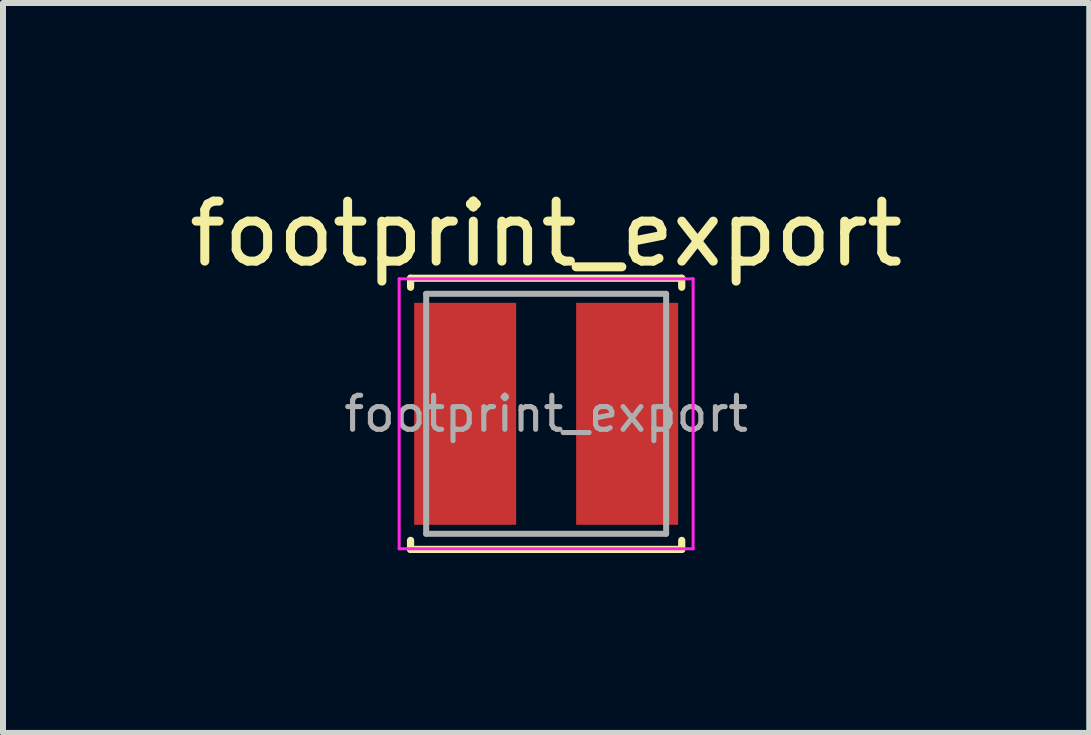
<source format=kicad_pcb>
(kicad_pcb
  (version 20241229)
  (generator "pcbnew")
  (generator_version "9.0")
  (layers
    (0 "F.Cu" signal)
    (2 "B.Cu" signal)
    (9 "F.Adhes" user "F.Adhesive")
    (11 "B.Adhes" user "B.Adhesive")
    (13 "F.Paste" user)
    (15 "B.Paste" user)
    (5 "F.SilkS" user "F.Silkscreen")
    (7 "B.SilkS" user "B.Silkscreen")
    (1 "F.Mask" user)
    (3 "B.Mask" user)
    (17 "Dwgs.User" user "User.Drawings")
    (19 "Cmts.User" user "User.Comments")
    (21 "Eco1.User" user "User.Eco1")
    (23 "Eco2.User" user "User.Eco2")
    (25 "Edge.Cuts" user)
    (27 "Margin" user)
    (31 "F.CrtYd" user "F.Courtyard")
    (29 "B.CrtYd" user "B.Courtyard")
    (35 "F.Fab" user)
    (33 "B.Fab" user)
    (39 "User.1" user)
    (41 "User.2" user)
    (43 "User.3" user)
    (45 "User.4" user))
  (footprint "footprint_export"
    (layer "F.Cu")
    (at 6.054 3.848)
    (property "Reference" "footprint_export" (at 0 -3 0) (layer "F.SilkS") (effects (font (size 1 1) (thickness 0.15))))
    (attr smd)
    (fp_line (start -2.26 -2.26) (end -2.26 -2.11) (stroke (width 0.12) (type solid)) (layer "F.SilkS"))
    (fp_line (start -2.26 -2.26) (end 2.26 -2.26) (stroke (width 0.12) (type solid)) (layer "F.SilkS"))
    (fp_line (start -2.26 2.26) (end -2.26 2.11) (stroke (width 0.12) (type solid)) (layer "F.SilkS"))
    (fp_line (start -2.26 2.26) (end 2.26 2.26) (stroke (width 0.12) (type solid)) (layer "F.SilkS"))
    (fp_line (start 2.26 -2.26) (end 2.26 -2.11) (stroke (width 0.12) (type solid)) (layer "F.SilkS"))
    (fp_line (start 2.26 2.26) (end 2.26 2.11) (stroke (width 0.12) (type solid)) (layer "F.SilkS"))
    (fp_line (start -2.45 -2.25) (end -2.45 2.25) (stroke (width 0.05) (type solid)) (layer "F.CrtYd"))
    (fp_line (start -2.45 2.25) (end 2.45 2.25) (stroke (width 0.05) (type solid)) (layer "F.CrtYd"))
    (fp_line (start 2.45 -2.25) (end -2.45 -2.25) (stroke (width 0.05) (type solid)) (layer "F.CrtYd"))
    (fp_line (start 2.45 2.25) (end 2.45 -2.25) (stroke (width 0.05) (type solid)) (layer "F.CrtYd"))
    (fp_line (start -2 -2) (end -2 2) (stroke (width 0.1) (type solid)) (layer "F.Fab"))
    (fp_line (start -2 2) (end 2 2) (stroke (width 0.1) (type solid)) (layer "F.Fab"))
    (fp_line (start 2 -2) (end -2 -2) (stroke (width 0.1) (type solid)) (layer "F.Fab"))
    (fp_line (start 2 2) (end 2 -2) (stroke (width 0.1) (type solid)) (layer "F.Fab"))
    (fp_text user "${REFERENCE}" (at 0 0 0) (layer "F.Fab") (effects (font (size 0.567 0.567) (thickness 0.085))))
    (pad "1" smd rect (at -1.35 0) (size 1.7 3.7) (layers "F.Cu" "F.Mask" "F.Paste"))
    (pad "2" smd rect (at 1.35 0) (size 1.7 3.7) (layers "F.Cu" "F.Mask" "F.Paste")))
  (gr_rect
    (start -3 -3)
    (end 15.107 9.168)
    (stroke (width 0.1) (type default))
    (fill no)
    (layer "Edge.Cuts")))
</source>
